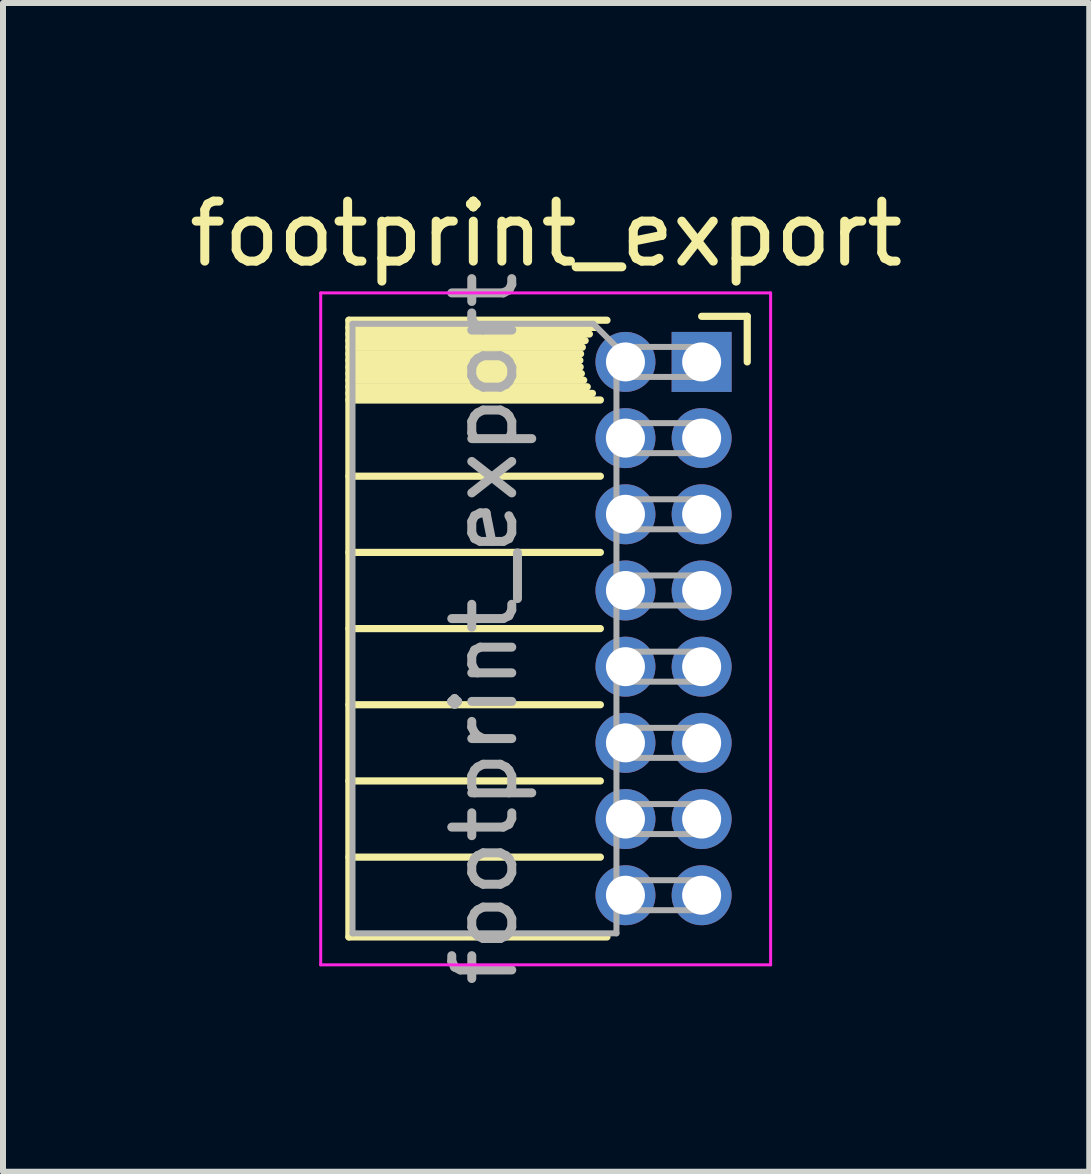
<source format=kicad_pcb>
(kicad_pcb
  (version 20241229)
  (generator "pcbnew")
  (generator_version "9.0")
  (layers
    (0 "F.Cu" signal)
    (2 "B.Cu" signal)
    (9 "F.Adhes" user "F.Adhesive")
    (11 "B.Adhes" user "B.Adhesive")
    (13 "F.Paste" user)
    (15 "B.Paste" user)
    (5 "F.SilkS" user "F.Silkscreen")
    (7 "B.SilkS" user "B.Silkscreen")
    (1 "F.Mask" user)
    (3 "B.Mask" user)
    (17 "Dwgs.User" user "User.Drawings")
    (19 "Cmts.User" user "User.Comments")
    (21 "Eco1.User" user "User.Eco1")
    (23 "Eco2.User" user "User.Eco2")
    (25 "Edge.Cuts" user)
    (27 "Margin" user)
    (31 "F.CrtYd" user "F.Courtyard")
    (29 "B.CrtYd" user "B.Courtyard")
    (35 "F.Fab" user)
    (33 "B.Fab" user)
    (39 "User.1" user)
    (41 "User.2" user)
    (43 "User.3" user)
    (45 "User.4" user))
  (footprint "footprint_export"
    (layer "F.Cu")
    (at 8.646 2.983)
    (property "Reference" "footprint_export" (at -2.592 -2.135 0) (layer "F.SilkS") (effects (font (size 1 1) (thickness 0.15))))
    (attr through_hole)
    (fp_line (start -5.88 -0.695) (end -5.88 9.585) (stroke (width 0.12) (type solid)) (layer "F.SilkS"))
    (fp_line (start -5.88 -0.695) (end -1.578 -0.695) (stroke (width 0.12) (type solid)) (layer "F.SilkS"))
    (fp_line (start -5.88 -0.575) (end -1.767 -0.575) (stroke (width 0.12) (type solid)) (layer "F.SilkS"))
    (fp_line (start -5.88 -0.465) (end -1.871 -0.465) (stroke (width 0.12) (type solid)) (layer "F.SilkS"))
    (fp_line (start -5.88 -0.355) (end -1.942 -0.355) (stroke (width 0.12) (type solid)) (layer "F.SilkS"))
    (fp_line (start -5.88 -0.245) (end -1.989 -0.245) (stroke (width 0.12) (type solid)) (layer "F.SilkS"))
    (fp_line (start -5.88 -0.135) (end -2.018 -0.135) (stroke (width 0.12) (type solid)) (layer "F.SilkS"))
    (fp_line (start -5.88 -0.025) (end -2.03 -0.025) (stroke (width 0.12) (type solid)) (layer "F.SilkS"))
    (fp_line (start -5.88 0.085) (end -2.025 0.085) (stroke (width 0.12) (type solid)) (layer "F.SilkS"))
    (fp_line (start -5.88 0.195) (end -2.005 0.195) (stroke (width 0.12) (type solid)) (layer "F.SilkS"))
    (fp_line (start -5.88 0.305) (end -1.966 0.305) (stroke (width 0.12) (type solid)) (layer "F.SilkS"))
    (fp_line (start -5.88 0.415) (end -1.907 0.415) (stroke (width 0.12) (type solid)) (layer "F.SilkS"))
    (fp_line (start -5.88 0.525) (end -1.82 0.525) (stroke (width 0.12) (type solid)) (layer "F.SilkS"))
    (fp_line (start -5.88 0.635) (end -1.688 0.635) (stroke (width 0.12) (type solid)) (layer "F.SilkS"))
    (fp_line (start -5.88 1.905) (end -1.688 1.905) (stroke (width 0.12) (type solid)) (layer "F.SilkS"))
    (fp_line (start -5.88 3.175) (end -1.688 3.175) (stroke (width 0.12) (type solid)) (layer "F.SilkS"))
    (fp_line (start -5.88 4.445) (end -1.688 4.445) (stroke (width 0.12) (type solid)) (layer "F.SilkS"))
    (fp_line (start -5.88 5.715) (end -1.688 5.715) (stroke (width 0.12) (type solid)) (layer "F.SilkS"))
    (fp_line (start -5.88 6.985) (end -1.688 6.985) (stroke (width 0.12) (type solid)) (layer "F.SilkS"))
    (fp_line (start -5.88 8.255) (end -1.688 8.255) (stroke (width 0.12) (type solid)) (layer "F.SilkS"))
    (fp_line (start -5.88 9.585) (end -1.578 9.585) (stroke (width 0.12) (type solid)) (layer "F.SilkS"))
    (fp_line (start 0 -0.76) (end 0.76 -0.76) (stroke (width 0.12) (type solid)) (layer "F.SilkS"))
    (fp_line (start 0.76 -0.76) (end 0.76 0) (stroke (width 0.12) (type solid)) (layer "F.SilkS"))
    (fp_line (start -6.35 -1.15) (end -6.35 10.05) (stroke (width 0.05) (type solid)) (layer "F.CrtYd"))
    (fp_line (start -6.35 10.05) (end 1.15 10.05) (stroke (width 0.05) (type solid)) (layer "F.CrtYd"))
    (fp_line (start 1.15 -1.15) (end -6.35 -1.15) (stroke (width 0.05) (type solid)) (layer "F.CrtYd"))
    (fp_line (start 1.15 10.05) (end 1.15 -1.15) (stroke (width 0.05) (type solid)) (layer "F.CrtYd"))
    (fp_line (start -5.82 -0.635) (end -1.805 -0.635) (stroke (width 0.1) (type solid)) (layer "F.Fab"))
    (fp_line (start -5.82 9.525) (end -5.82 -0.635) (stroke (width 0.1) (type solid)) (layer "F.Fab"))
    (fp_line (start -1.805 -0.635) (end -1.42 -0.25) (stroke (width 0.1) (type solid)) (layer "F.Fab"))
    (fp_line (start -1.42 -0.25) (end -1.42 9.525) (stroke (width 0.1) (type solid)) (layer "F.Fab"))
    (fp_line (start -1.42 0.25) (end 0 0.25) (stroke (width 0.1) (type solid)) (layer "F.Fab"))
    (fp_line (start -1.42 1.52) (end 0 1.52) (stroke (width 0.1) (type solid)) (layer "F.Fab"))
    (fp_line (start -1.42 2.79) (end 0 2.79) (stroke (width 0.1) (type solid)) (layer "F.Fab"))
    (fp_line (start -1.42 4.06) (end 0 4.06) (stroke (width 0.1) (type solid)) (layer "F.Fab"))
    (fp_line (start -1.42 5.33) (end 0 5.33) (stroke (width 0.1) (type solid)) (layer "F.Fab"))
    (fp_line (start -1.42 6.6) (end 0 6.6) (stroke (width 0.1) (type solid)) (layer "F.Fab"))
    (fp_line (start -1.42 7.87) (end 0 7.87) (stroke (width 0.1) (type solid)) (layer "F.Fab"))
    (fp_line (start -1.42 9.14) (end 0 9.14) (stroke (width 0.1) (type solid)) (layer "F.Fab"))
    (fp_line (start -1.42 9.525) (end -5.82 9.525) (stroke (width 0.1) (type solid)) (layer "F.Fab"))
    (fp_line (start 0 -0.25) (end -1.42 -0.25) (stroke (width 0.1) (type solid)) (layer "F.Fab"))
    (fp_line (start 0 0.25) (end 0 -0.25) (stroke (width 0.1) (type solid)) (layer "F.Fab"))
    (fp_line (start 0 1.02) (end -1.42 1.02) (stroke (width 0.1) (type solid)) (layer "F.Fab"))
    (fp_line (start 0 1.52) (end 0 1.02) (stroke (width 0.1) (type solid)) (layer "F.Fab"))
    (fp_line (start 0 2.29) (end -1.42 2.29) (stroke (width 0.1) (type solid)) (layer "F.Fab"))
    (fp_line (start 0 2.79) (end 0 2.29) (stroke (width 0.1) (type solid)) (layer "F.Fab"))
    (fp_line (start 0 3.56) (end -1.42 3.56) (stroke (width 0.1) (type solid)) (layer "F.Fab"))
    (fp_line (start 0 4.06) (end 0 3.56) (stroke (width 0.1) (type solid)) (layer "F.Fab"))
    (fp_line (start 0 4.83) (end -1.42 4.83) (stroke (width 0.1) (type solid)) (layer "F.Fab"))
    (fp_line (start 0 5.33) (end 0 4.83) (stroke (width 0.1) (type solid)) (layer "F.Fab"))
    (fp_line (start 0 6.1) (end -1.42 6.1) (stroke (width 0.1) (type solid)) (layer "F.Fab"))
    (fp_line (start 0 6.6) (end 0 6.1) (stroke (width 0.1) (type solid)) (layer "F.Fab"))
    (fp_line (start 0 7.37) (end -1.42 7.37) (stroke (width 0.1) (type solid)) (layer "F.Fab"))
    (fp_line (start 0 7.87) (end 0 7.37) (stroke (width 0.1) (type solid)) (layer "F.Fab"))
    (fp_line (start 0 8.64) (end -1.42 8.64) (stroke (width 0.1) (type solid)) (layer "F.Fab"))
    (fp_line (start 0 9.14) (end 0 8.64) (stroke (width 0.1) (type solid)) (layer "F.Fab"))
    (fp_text user "${REFERENCE}" (at -3.62 4.445 90) (layer "F.Fab") (effects (font (size 1 1) (thickness 0.15))))
    (pad "1" thru_hole rect (at 0 0) (size 1 1) (drill 0.65) (layers "*.Cu" "*.Mask"))
    (pad "2" thru_hole oval (at -1.27 0) (size 1 1) (drill 0.65) (layers "*.Cu" "*.Mask"))
    (pad "3" thru_hole oval (at 0 1.27) (size 1 1) (drill 0.65) (layers "*.Cu" "*.Mask"))
    (pad "4" thru_hole oval (at -1.27 1.27) (size 1 1) (drill 0.65) (layers "*.Cu" "*.Mask"))
    (pad "5" thru_hole oval (at 0 2.54) (size 1 1) (drill 0.65) (layers "*.Cu" "*.Mask"))
    (pad "6" thru_hole oval (at -1.27 2.54) (size 1 1) (drill 0.65) (layers "*.Cu" "*.Mask"))
    (pad "7" thru_hole oval (at 0 3.81) (size 1 1) (drill 0.65) (layers "*.Cu" "*.Mask"))
    (pad "8" thru_hole oval (at -1.27 3.81) (size 1 1) (drill 0.65) (layers "*.Cu" "*.Mask"))
    (pad "9" thru_hole oval (at 0 5.08) (size 1 1) (drill 0.65) (layers "*.Cu" "*.Mask"))
    (pad "10" thru_hole oval (at -1.27 5.08) (size 1 1) (drill 0.65) (layers "*.Cu" "*.Mask"))
    (pad "11" thru_hole oval (at 0 6.35) (size 1 1) (drill 0.65) (layers "*.Cu" "*.Mask"))
    (pad "12" thru_hole oval (at -1.27 6.35) (size 1 1) (drill 0.65) (layers "*.Cu" "*.Mask"))
    (pad "13" thru_hole oval (at 0 7.62) (size 1 1) (drill 0.65) (layers "*.Cu" "*.Mask"))
    (pad "14" thru_hole oval (at -1.27 7.62) (size 1 1) (drill 0.65) (layers "*.Cu" "*.Mask"))
    (pad "15" thru_hole oval (at 0 8.89) (size 1 1) (drill 0.65) (layers "*.Cu" "*.Mask"))
    (pad "16" thru_hole oval (at -1.27 8.89) (size 1 1) (drill 0.65) (layers "*.Cu" "*.Mask")))
  (gr_rect
    (start -3 -3)
    (end 15.107 16.482)
    (stroke (width 0.1) (type default))
    (fill no)
    (layer "Edge.Cuts")))
</source>
